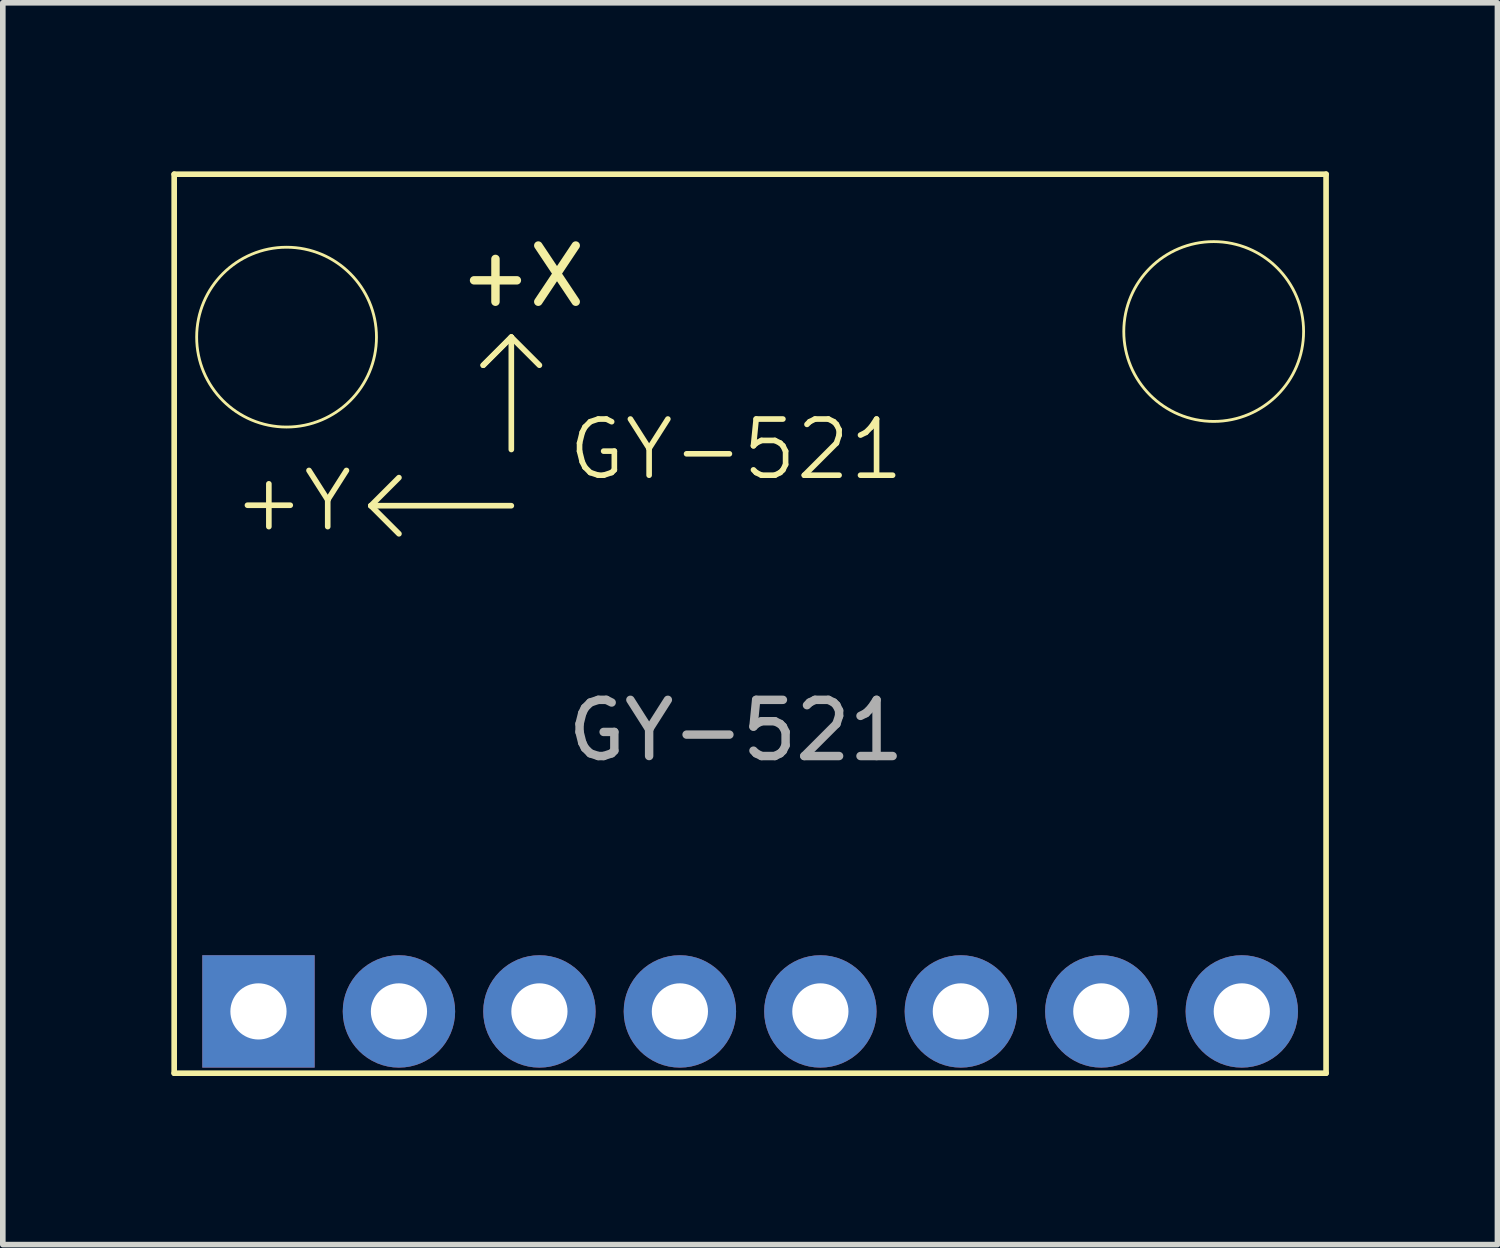
<source format=kicad_pcb>
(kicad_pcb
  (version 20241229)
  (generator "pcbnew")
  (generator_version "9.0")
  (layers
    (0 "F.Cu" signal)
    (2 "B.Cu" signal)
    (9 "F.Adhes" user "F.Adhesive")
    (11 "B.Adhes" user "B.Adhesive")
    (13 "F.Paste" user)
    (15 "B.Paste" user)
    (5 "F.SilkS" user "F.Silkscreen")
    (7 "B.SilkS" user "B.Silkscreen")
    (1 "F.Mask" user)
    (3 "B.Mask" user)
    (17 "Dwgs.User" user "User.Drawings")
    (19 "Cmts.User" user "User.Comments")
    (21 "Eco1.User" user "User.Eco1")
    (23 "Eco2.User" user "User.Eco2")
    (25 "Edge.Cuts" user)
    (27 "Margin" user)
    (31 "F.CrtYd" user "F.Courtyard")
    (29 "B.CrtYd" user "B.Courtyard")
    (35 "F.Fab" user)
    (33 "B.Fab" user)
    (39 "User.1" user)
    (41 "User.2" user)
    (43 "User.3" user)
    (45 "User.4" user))
  (footprint "GY-521"
    (layer "F.Cu")
    (at 1.55 14.95)
    (property "Reference" "GY-521" (at 8.5 -10 0) (unlocked yes) (layer "F.SilkS") (effects (font (size 1 1) (thickness 0.1))))
    (attr through_hole)
    (fp_line (start -1.5 -14.9) (end 19 -14.9) (stroke (width 0.1) (type default)) (layer "F.SilkS"))
    (fp_line (start -1.5 1.1) (end -1.5 -14.9) (stroke (width 0.1) (type default)) (layer "F.SilkS"))
    (fp_line (start 2 -9) (end 2.5 -9.5) (stroke (width 0.1) (type default)) (layer "F.SilkS"))
    (fp_line (start 2 -9) (end 2.5 -8.5) (stroke (width 0.1) (type default)) (layer "F.SilkS"))
    (fp_line (start 4 -11.5) (end 4.5 -12) (stroke (width 0.1) (type default)) (layer "F.SilkS"))
    (fp_line (start 4.5 -12) (end 4 -11.5) (stroke (width 0.1) (type default)) (layer "F.SilkS"))
    (fp_line (start 4.5 -12) (end 5 -11.5) (stroke (width 0.1) (type default)) (layer "F.SilkS"))
    (fp_line (start 4.5 -10) (end 4.5 -12) (stroke (width 0.1) (type default)) (layer "F.SilkS"))
    (fp_line (start 4.5 -9) (end 2 -9) (stroke (width 0.1) (type default)) (layer "F.SilkS"))
    (fp_line (start 19 -14.9) (end 19 1.1) (stroke (width 0.1) (type default)) (layer "F.SilkS"))
    (fp_line (start 19 1.1) (end -1.5 1.1) (stroke (width 0.1) (type default)) (layer "F.SilkS"))
    (fp_circle (center 0.5 -12) (end 2.1 -12) (stroke (width 0.05) (type solid)) (fill no) (layer "F.SilkS"))
    (fp_circle (center 17 -12.1) (end 18.6 -12.1) (stroke (width 0.05) (type solid)) (fill no) (layer "F.SilkS"))
    (fp_text user "+Y" (at -0.5 -8.5 0) (unlocked yes) (layer "F.SilkS") (effects (font (size 1 1) (thickness 0.1)) (justify left bottom)))
    (fp_text user "+X" (at 3.5 -12.5 0) (unlocked yes) (layer "F.SilkS") (effects (font (size 1 1) (thickness 0.15)) (justify left bottom)))
    (fp_text user "${REFERENCE}" (at 8.5 -5 0) (unlocked yes) (layer "F.Fab") (effects (font (size 1 1) (thickness 0.15))))
    (pad "1" thru_hole rect (at 0 0) (size 2 2) (drill 1) (layers "*.Cu" "*.Mask"))
    (pad "2" thru_hole circle (at 2.5 0) (size 2 2) (drill 1) (layers "*.Cu" "*.Mask"))
    (pad "3" thru_hole circle (at 5 0) (size 2 2) (drill 1) (layers "*.Cu" "*.Mask"))
    (pad "4" thru_hole circle (at 7.5 0) (size 2 2) (drill 1) (layers "*.Cu" "*.Mask"))
    (pad "5" thru_hole circle (at 10 0) (size 2 2) (drill 1) (layers "*.Cu" "*.Mask"))
    (pad "6" thru_hole circle (at 12.5 0) (size 2 2) (drill 1) (layers "*.Cu" "*.Mask"))
    (pad "7" thru_hole circle (at 15 0) (size 2 2) (drill 1) (layers "*.Cu" "*.Mask"))
    (pad "8" thru_hole circle (at 17.5 0) (size 2 2) (drill 1) (layers "*.Cu" "*.Mask")))
  (gr_rect
    (start -3 -3)
    (end 23.6 19.1)
    (stroke (width 0.1) (type default))
    (fill no)
    (layer "Edge.Cuts")))
</source>
